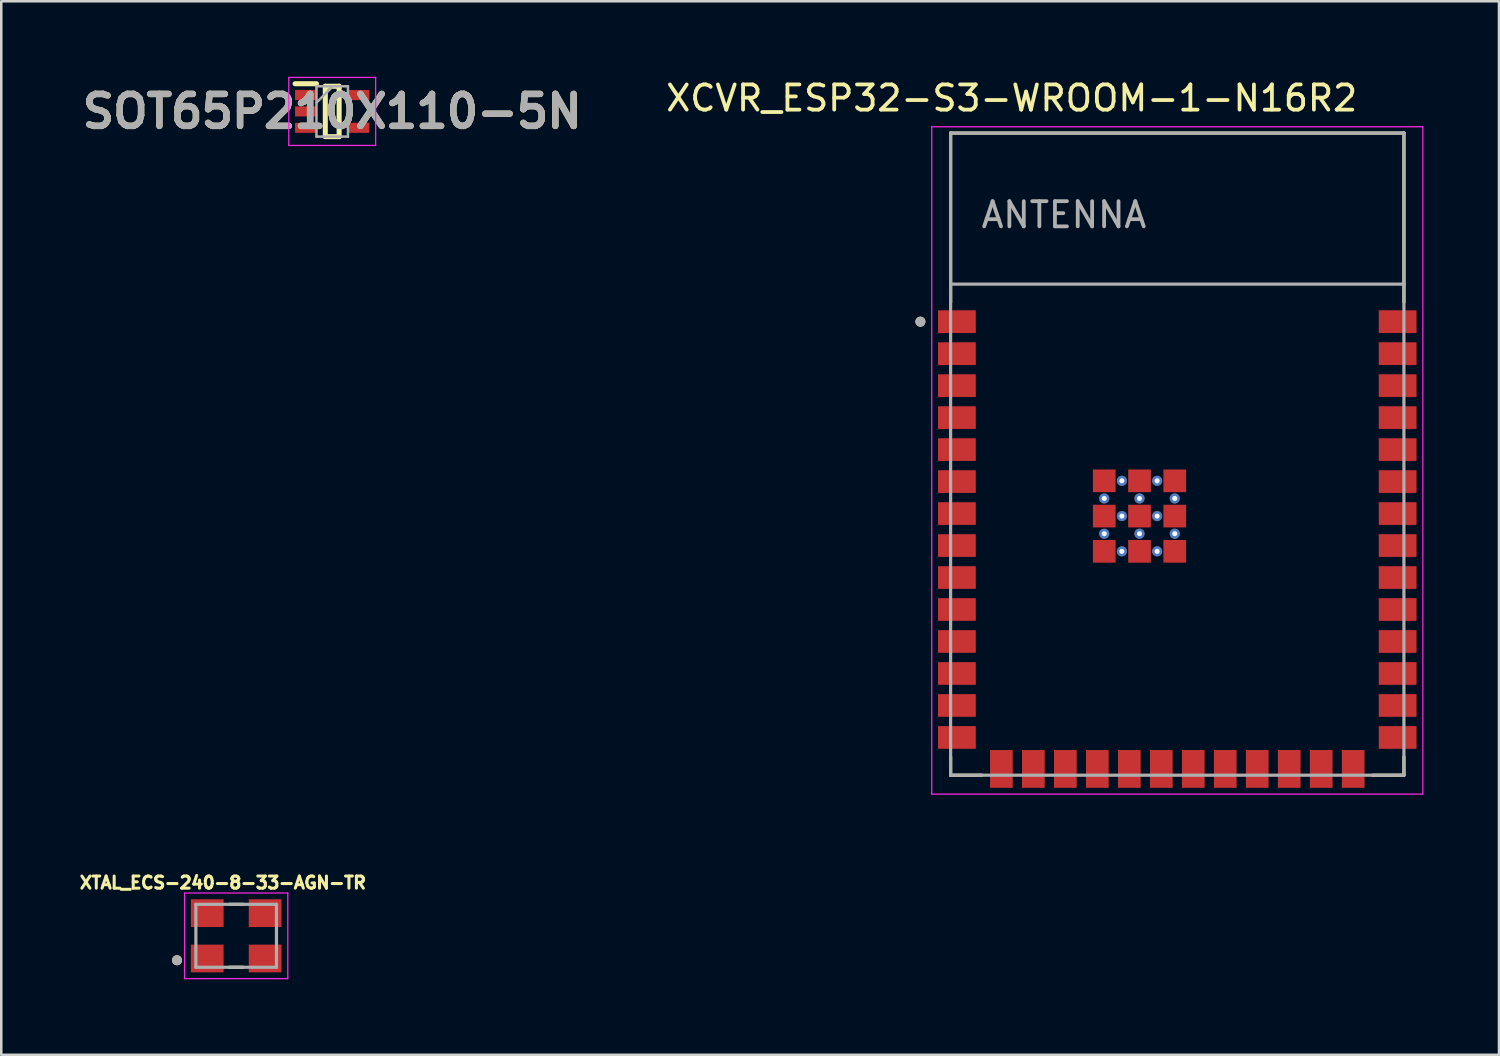
<source format=kicad_pcb>
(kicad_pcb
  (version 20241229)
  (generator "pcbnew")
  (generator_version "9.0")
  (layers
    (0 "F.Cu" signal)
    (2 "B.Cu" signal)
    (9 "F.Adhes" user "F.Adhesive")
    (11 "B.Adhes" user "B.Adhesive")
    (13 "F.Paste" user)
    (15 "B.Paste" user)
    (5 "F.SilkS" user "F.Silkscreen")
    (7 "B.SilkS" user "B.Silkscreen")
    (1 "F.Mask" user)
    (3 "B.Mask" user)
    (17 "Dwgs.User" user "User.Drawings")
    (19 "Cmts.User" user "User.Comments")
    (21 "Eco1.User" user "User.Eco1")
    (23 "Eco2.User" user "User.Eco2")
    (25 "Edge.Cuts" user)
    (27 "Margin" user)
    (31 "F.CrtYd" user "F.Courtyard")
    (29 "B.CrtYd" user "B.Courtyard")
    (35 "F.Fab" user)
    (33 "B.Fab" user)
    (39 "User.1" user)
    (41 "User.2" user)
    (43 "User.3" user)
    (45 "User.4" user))
  (footprint "XTAL_ECS-240-8-33-AGN-TR"
    (layer "F.Cu")
    (at 6.328 34.11)
    (property "Reference" "XTAL_ECS-240-8-33-AGN-TR" (at -0.527 -2.109 0) (layer "F.SilkS") (effects (font (size 0.481 0.481) (thickness 0.15))))
    (attr smd)
    (fp_line (start -0.27 1.25) (end 0.27 1.25) (stroke (width 0.127) (type solid)) (layer "F.SilkS"))
    (fp_line (start 0.27 -1.25) (end -0.27 -1.25) (stroke (width 0.127) (type solid)) (layer "F.SilkS"))
    (fp_circle (center -2.35 0.97) (end -2.25 0.97) (stroke (width 0.2) (type solid)) (fill no) (layer "F.SilkS"))
    (fp_line (start -2.05 -1.7) (end -2.05 1.7) (stroke (width 0.05) (type solid)) (layer "F.CrtYd"))
    (fp_line (start -2.05 1.7) (end 2.05 1.7) (stroke (width 0.05) (type solid)) (layer "F.CrtYd"))
    (fp_line (start 2.05 -1.7) (end -2.05 -1.7) (stroke (width 0.05) (type solid)) (layer "F.CrtYd"))
    (fp_line (start 2.05 1.7) (end 2.05 -1.7) (stroke (width 0.05) (type solid)) (layer "F.CrtYd"))
    (fp_line (start -1.6 -1.25) (end -1.6 1.25) (stroke (width 0.127) (type solid)) (layer "F.Fab"))
    (fp_line (start -1.6 1.25) (end 1.6 1.25) (stroke (width 0.127) (type solid)) (layer "F.Fab"))
    (fp_line (start 1.6 -1.25) (end -1.6 -1.25) (stroke (width 0.127) (type solid)) (layer "F.Fab"))
    (fp_line (start 1.6 1.25) (end 1.6 -1.25) (stroke (width 0.127) (type solid)) (layer "F.Fab"))
    (fp_circle (center -2.35 0.97) (end -2.25 0.97) (stroke (width 0.2) (type solid)) (fill no) (layer "F.Fab"))
    (pad "1" smd rect (at -1.15 0.9) (size 1.3 1.1) (layers "F.Cu" "F.Mask" "F.Paste"))
    (pad "2" smd rect (at 1.15 0.9) (size 1.3 1.1) (layers "F.Cu" "F.Mask" "F.Paste"))
    (pad "3" smd rect (at 1.15 -0.9) (size 1.3 1.1) (layers "F.Cu" "F.Mask" "F.Paste"))
    (pad "4" smd rect (at -1.15 -0.9) (size 1.3 1.1) (layers "F.Cu" "F.Mask" "F.Paste")))
  (footprint "SOT65P210X110-5N"
    (layer "F.Cu")
    (at 10.142 1.375)
    (property "Reference" "SOT65P210X110-5N" (at 0 0 0) (layer "F.SilkS") (effects (font (size 1.27 1.27) (thickness 0.254))))
    (attr smd)
    (fp_line (start -1.475 -1.1) (end -0.625 -1.1) (stroke (width 0.2) (type solid)) (layer "F.SilkS"))
    (fp_line (start -0.275 -1) (end 0.275 -1) (stroke (width 0.2) (type solid)) (layer "F.SilkS"))
    (fp_line (start -0.275 1) (end -0.275 -1) (stroke (width 0.2) (type solid)) (layer "F.SilkS"))
    (fp_line (start 0.275 -1) (end 0.275 1) (stroke (width 0.2) (type solid)) (layer "F.SilkS"))
    (fp_line (start 0.275 1) (end -0.275 1) (stroke (width 0.2) (type solid)) (layer "F.SilkS"))
    (fp_line (start -1.725 -1.35) (end 1.725 -1.35) (stroke (width 0.05) (type solid)) (layer "F.CrtYd"))
    (fp_line (start -1.725 1.35) (end -1.725 -1.35) (stroke (width 0.05) (type solid)) (layer "F.CrtYd"))
    (fp_line (start 1.725 -1.35) (end 1.725 1.35) (stroke (width 0.05) (type solid)) (layer "F.CrtYd"))
    (fp_line (start 1.725 1.35) (end -1.725 1.35) (stroke (width 0.05) (type solid)) (layer "F.CrtYd"))
    (fp_line (start -0.625 -1) (end 0.625 -1) (stroke (width 0.1) (type solid)) (layer "F.Fab"))
    (fp_line (start -0.625 -0.35) (end 0.025 -1) (stroke (width 0.1) (type solid)) (layer "F.Fab"))
    (fp_line (start -0.625 1) (end -0.625 -1) (stroke (width 0.1) (type solid)) (layer "F.Fab"))
    (fp_line (start 0.625 -1) (end 0.625 1) (stroke (width 0.1) (type solid)) (layer "F.Fab"))
    (fp_line (start 0.625 1) (end -0.625 1) (stroke (width 0.1) (type solid)) (layer "F.Fab"))
    (fp_text user "${REFERENCE}" (at 0 0 0) (layer "F.Fab") (effects (font (size 1.27 1.27) (thickness 0.254))))
    (pad "1" smd rect (at -1.05 -0.65 90) (size 0.4 0.85) (layers "F.Cu" "F.Mask" "F.Paste"))
    (pad "2" smd rect (at -1.05 0 90) (size 0.4 0.85) (layers "F.Cu" "F.Mask" "F.Paste"))
    (pad "3" smd rect (at -1.05 0.65 90) (size 0.4 0.85) (layers "F.Cu" "F.Mask" "F.Paste"))
    (pad "4" smd rect (at 1.05 0.65 90) (size 0.4 0.85) (layers "F.Cu" "F.Mask" "F.Paste"))
    (pad "5" smd rect (at 1.05 -0.65 90) (size 0.4 0.85) (layers "F.Cu" "F.Mask" "F.Paste")))
  (footprint "XCVR_ESP32-S3-WROOM-1-N16R2"
    (layer "F.Cu")
    (at 43.698 14.983)
    (property "Reference" "XCVR_ESP32-S3-WROOM-1-N16R2" (at -6.575 -14.135 0) (layer "F.SilkS") (effects (font (size 1 1) (thickness 0.15))))
    (attr through_hole)
    (fp_line (start -9 -12.75) (end 9 -12.75) (stroke (width 0.127) (type solid)) (layer "F.SilkS"))
    (fp_line (start -9 -6.03) (end -9 -12.75) (stroke (width 0.127) (type solid)) (layer "F.SilkS"))
    (fp_line (start -9 12.02) (end -9 12.75) (stroke (width 0.127) (type solid)) (layer "F.SilkS"))
    (fp_line (start -9 12.75) (end -7.755 12.75) (stroke (width 0.127) (type solid)) (layer "F.SilkS"))
    (fp_line (start 9 -12.75) (end 9 -6.03) (stroke (width 0.127) (type solid)) (layer "F.SilkS"))
    (fp_line (start 9 12.02) (end 9 12.75) (stroke (width 0.127) (type solid)) (layer "F.SilkS"))
    (fp_line (start 9 12.75) (end 7.755 12.75) (stroke (width 0.127) (type solid)) (layer "F.SilkS"))
    (fp_circle (center -10.2 -5.26) (end -10.1 -5.26) (stroke (width 0.2) (type solid)) (fill no) (layer "F.SilkS"))
    (fp_line (start -9.75 -13) (end 9.75 -13) (stroke (width 0.05) (type solid)) (layer "F.CrtYd"))
    (fp_line (start -9.75 13.5) (end -9.75 -13) (stroke (width 0.05) (type solid)) (layer "F.CrtYd"))
    (fp_line (start -9.75 13.5) (end 9.75 13.5) (stroke (width 0.05) (type solid)) (layer "F.CrtYd"))
    (fp_line (start 9.75 -13) (end 9.75 13.5) (stroke (width 0.05) (type solid)) (layer "F.CrtYd"))
    (fp_line (start -9 -12.75) (end 9 -12.75) (stroke (width 0.127) (type solid)) (layer "F.Fab"))
    (fp_line (start -9 -6.75) (end -9 -12.75) (stroke (width 0.127) (type solid)) (layer "F.Fab"))
    (fp_line (start -9 -6.75) (end 9 -6.75) (stroke (width 0.127) (type solid)) (layer "F.Fab"))
    (fp_line (start -9 12.75) (end -9 -6.75) (stroke (width 0.127) (type solid)) (layer "F.Fab"))
    (fp_line (start 9 -12.75) (end 9 -6.75) (stroke (width 0.127) (type solid)) (layer "F.Fab"))
    (fp_line (start 9 -6.75) (end 9 12.75) (stroke (width 0.127) (type solid)) (layer "F.Fab"))
    (fp_line (start 9 12.75) (end -9 12.75) (stroke (width 0.127) (type solid)) (layer "F.Fab"))
    (fp_circle (center -10.2 -5.26) (end -10.1 -5.26) (stroke (width 0.2) (type solid)) (fill no) (layer "F.Fab"))
    (fp_text user "ANTENNA" (at -4.5 -9.5 0) (layer "F.Fab") (effects (font (size 1 1) (thickness 0.15))))
    (pad "1" smd rect (at -8.75 -5.26) (size 1.5 0.9) (layers "F.Cu" "F.Mask" "F.Paste"))
    (pad "2" smd rect (at -8.75 -3.99) (size 1.5 0.9) (layers "F.Cu" "F.Mask" "F.Paste"))
    (pad "3" smd rect (at -8.75 -2.72) (size 1.5 0.9) (layers "F.Cu" "F.Mask" "F.Paste"))
    (pad "4" smd rect (at -8.75 -1.45) (size 1.5 0.9) (layers "F.Cu" "F.Mask" "F.Paste"))
    (pad "5" smd rect (at -8.75 -0.18) (size 1.5 0.9) (layers "F.Cu" "F.Mask" "F.Paste"))
    (pad "6" smd rect (at -8.75 1.09) (size 1.5 0.9) (layers "F.Cu" "F.Mask" "F.Paste"))
    (pad "7" smd rect (at -8.75 2.36) (size 1.5 0.9) (layers "F.Cu" "F.Mask" "F.Paste"))
    (pad "8" smd rect (at -8.75 3.63) (size 1.5 0.9) (layers "F.Cu" "F.Mask" "F.Paste"))
    (pad "9" smd rect (at -8.75 4.9) (size 1.5 0.9) (layers "F.Cu" "F.Mask" "F.Paste"))
    (pad "10" smd rect (at -8.75 6.17) (size 1.5 0.9) (layers "F.Cu" "F.Mask" "F.Paste"))
    (pad "11" smd rect (at -8.75 7.44) (size 1.5 0.9) (layers "F.Cu" "F.Mask" "F.Paste"))
    (pad "12" smd rect (at -8.75 8.71) (size 1.5 0.9) (layers "F.Cu" "F.Mask" "F.Paste"))
    (pad "13" smd rect (at -8.75 9.98) (size 1.5 0.9) (layers "F.Cu" "F.Mask" "F.Paste"))
    (pad "14" smd rect (at -8.75 11.25) (size 1.5 0.9) (layers "F.Cu" "F.Mask" "F.Paste"))
    (pad "15" smd rect (at -6.985 12.5) (size 0.9 1.5) (layers "F.Cu" "F.Mask" "F.Paste"))
    (pad "16" smd rect (at -5.715 12.5) (size 0.9 1.5) (layers "F.Cu" "F.Mask" "F.Paste"))
    (pad "17" smd rect (at -4.445 12.5) (size 0.9 1.5) (layers "F.Cu" "F.Mask" "F.Paste"))
    (pad "18" smd rect (at -3.175 12.5) (size 0.9 1.5) (layers "F.Cu" "F.Mask" "F.Paste"))
    (pad "19" smd rect (at -1.905 12.5) (size 0.9 1.5) (layers "F.Cu" "F.Mask" "F.Paste"))
    (pad "20" smd rect (at -0.635 12.5) (size 0.9 1.5) (layers "F.Cu" "F.Mask" "F.Paste"))
    (pad "21" smd rect (at 0.635 12.5) (size 0.9 1.5) (layers "F.Cu" "F.Mask" "F.Paste"))
    (pad "22" smd rect (at 1.905 12.5) (size 0.9 1.5) (layers "F.Cu" "F.Mask" "F.Paste"))
    (pad "23" smd rect (at 3.175 12.5) (size 0.9 1.5) (layers "F.Cu" "F.Mask" "F.Paste"))
    (pad "24" smd rect (at 4.445 12.5) (size 0.9 1.5) (layers "F.Cu" "F.Mask" "F.Paste"))
    (pad "25" smd rect (at 5.715 12.5) (size 0.9 1.5) (layers "F.Cu" "F.Mask" "F.Paste"))
    (pad "26" smd rect (at 6.985 12.5) (size 0.9 1.5) (layers "F.Cu" "F.Mask" "F.Paste"))
    (pad "27" smd rect (at 8.75 11.25) (size 1.5 0.9) (layers "F.Cu" "F.Mask" "F.Paste"))
    (pad "28" smd rect (at 8.75 9.98) (size 1.5 0.9) (layers "F.Cu" "F.Mask" "F.Paste"))
    (pad "29" smd rect (at 8.75 8.71) (size 1.5 0.9) (layers "F.Cu" "F.Mask" "F.Paste"))
    (pad "30" smd rect (at 8.75 7.44) (size 1.5 0.9) (layers "F.Cu" "F.Mask" "F.Paste"))
    (pad "31" smd rect (at 8.75 6.17) (size 1.5 0.9) (layers "F.Cu" "F.Mask" "F.Paste"))
    (pad "32" smd rect (at 8.75 4.9) (size 1.5 0.9) (layers "F.Cu" "F.Mask" "F.Paste"))
    (pad "33" smd rect (at 8.75 3.63) (size 1.5 0.9) (layers "F.Cu" "F.Mask" "F.Paste"))
    (pad "34" smd rect (at 8.75 2.36) (size 1.5 0.9) (layers "F.Cu" "F.Mask" "F.Paste"))
    (pad "35" smd rect (at 8.75 1.09) (size 1.5 0.9) (layers "F.Cu" "F.Mask" "F.Paste"))
    (pad "36" smd rect (at 8.75 -0.18) (size 1.5 0.9) (layers "F.Cu" "F.Mask" "F.Paste"))
    (pad "37" smd rect (at 8.75 -1.45) (size 1.5 0.9) (layers "F.Cu" "F.Mask" "F.Paste"))
    (pad "38" smd rect (at 8.75 -2.72) (size 1.5 0.9) (layers "F.Cu" "F.Mask" "F.Paste"))
    (pad "39" smd rect (at 8.75 -3.99) (size 1.5 0.9) (layers "F.Cu" "F.Mask" "F.Paste"))
    (pad "40" smd rect (at 8.75 -5.26) (size 1.5 0.9) (layers "F.Cu" "F.Mask" "F.Paste"))
    (pad "41_1" smd rect (at -1.5 2.46) (size 0.9 0.9) (layers "F.Cu" "F.Mask" "F.Paste"))
    (pad "41_2" smd rect (at -2.9 2.46) (size 0.9 0.9) (layers "F.Cu" "F.Mask" "F.Paste"))
    (pad "41_3" smd rect (at -0.1 2.46) (size 0.9 0.9) (layers "F.Cu" "F.Mask" "F.Paste"))
    (pad "41_4" smd rect (at -2.9 3.86) (size 0.9 0.9) (layers "F.Cu" "F.Mask" "F.Paste"))
    (pad "41_5" smd rect (at -1.5 3.86) (size 0.9 0.9) (layers "F.Cu" "F.Mask" "F.Paste"))
    (pad "41_6" smd rect (at -0.1 3.86) (size 0.9 0.9) (layers "F.Cu" "F.Mask" "F.Paste"))
    (pad "41_7" smd rect (at -2.9 1.06) (size 0.9 0.9) (layers "F.Cu" "F.Mask" "F.Paste"))
    (pad "41_8" smd rect (at -1.5 1.06) (size 0.9 0.9) (layers "F.Cu" "F.Mask" "F.Paste"))
    (pad "41_9" smd rect (at -0.1 1.06) (size 0.9 0.9) (layers "F.Cu" "F.Mask" "F.Paste"))
    (pad "41_10" thru_hole circle (at -1.5 1.76) (size 0.4 0.4) (drill 0.2) (layers "*.Cu"))
    (pad "41_11" thru_hole circle (at -2.9 1.76) (size 0.4 0.4) (drill 0.2) (layers "*.Cu"))
    (pad "41_12" thru_hole circle (at -0.1 1.76) (size 0.4 0.4) (drill 0.2) (layers "*.Cu"))
    (pad "41_13" thru_hole circle (at -2.9 3.16) (size 0.4 0.4) (drill 0.2) (layers "*.Cu"))
    (pad "41_14" thru_hole circle (at -1.5 3.16) (size 0.4 0.4) (drill 0.2) (layers "*.Cu"))
    (pad "41_15" thru_hole circle (at -0.1 3.16) (size 0.4 0.4) (drill 0.2) (layers "*.Cu"))
    (pad "41_16" thru_hole circle (at -2.2 1.06) (size 0.4 0.4) (drill 0.2) (layers "*.Cu"))
    (pad "41_17" thru_hole circle (at -0.8 1.06) (size 0.4 0.4) (drill 0.2) (layers "*.Cu"))
    (pad "41_18" thru_hole circle (at -2.2 2.46) (size 0.4 0.4) (drill 0.2) (layers "*.Cu"))
    (pad "41_19" thru_hole circle (at -0.8 2.46) (size 0.4 0.4) (drill 0.2) (layers "*.Cu"))
    (pad "41_20" thru_hole circle (at -2.2 3.86) (size 0.4 0.4) (drill 0.2) (layers "*.Cu"))
    (pad "41_21" thru_hole circle (at -0.8 3.86) (size 0.4 0.4) (drill 0.2) (layers "*.Cu"))
    (zone (net_name "") (layer "F.Cu") (hatch full 0.508) (connect_pads) (min_thickness 0.01) (filled_areas_thickness no) (keepout (tracks not_allowed) (vias not_allowed) (pads not_allowed) (copperpour not_allowed) (footprints allowed)) (placement (enabled no)) (fill) (polygon (pts (xy 34.698 2.233) (xy 52.698 2.233) (xy 52.698 8.233) (xy 34.698 8.233))))
    (zone (net_name "") (layers "F.Cu" "B.Cu") (hatch full 0.508) (connect_pads) (min_thickness 0.01) (filled_areas_thickness no) (keepout (tracks allowed) (vias not_allowed) (pads allowed) (copperpour allowed) (footprints allowed)) (placement (enabled no)) (fill) (polygon (pts (xy 34.698 2.233) (xy 52.698 2.233) (xy 52.698 8.233) (xy 34.698 8.233))))
    (zone (net_name "") (layer "B.Cu") (hatch full 0.508) (connect_pads) (min_thickness 0.01) (filled_areas_thickness no) (keepout (tracks not_allowed) (vias not_allowed) (pads not_allowed) (copperpour not_allowed) (footprints allowed)) (placement (enabled no)) (fill) (polygon (pts (xy 34.698 2.233) (xy 52.698 2.233) (xy 52.698 8.233) (xy 34.698 8.233)))))
  (gr_rect
    (start -3 -3)
    (end 56.473 38.835)
    (stroke (width 0.1) (type default))
    (fill no)
    (layer "Edge.Cuts")))
</source>
